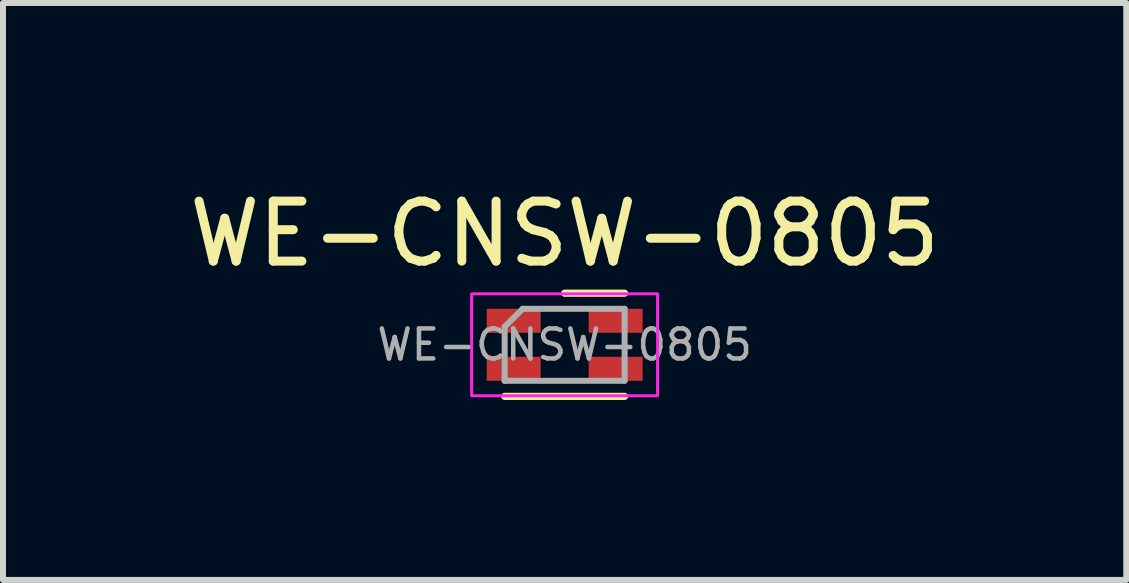
<source format=kicad_pcb>
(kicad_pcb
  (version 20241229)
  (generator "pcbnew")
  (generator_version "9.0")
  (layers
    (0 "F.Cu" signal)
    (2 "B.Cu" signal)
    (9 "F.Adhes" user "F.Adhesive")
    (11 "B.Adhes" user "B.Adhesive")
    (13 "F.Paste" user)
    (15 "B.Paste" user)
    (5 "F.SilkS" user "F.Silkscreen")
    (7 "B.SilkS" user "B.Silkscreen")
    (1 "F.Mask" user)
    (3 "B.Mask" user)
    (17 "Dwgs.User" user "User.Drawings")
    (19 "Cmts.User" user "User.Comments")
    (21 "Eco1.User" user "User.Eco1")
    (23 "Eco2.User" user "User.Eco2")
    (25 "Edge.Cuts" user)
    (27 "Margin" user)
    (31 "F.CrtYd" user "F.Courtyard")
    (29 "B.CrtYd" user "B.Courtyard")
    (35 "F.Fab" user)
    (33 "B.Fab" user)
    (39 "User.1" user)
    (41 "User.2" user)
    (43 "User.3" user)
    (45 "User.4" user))
  (footprint "WE-CNSW-0805"
    (layer "F.Cu")
    (at 6.363 2.698)
    (property "Reference" "WE-CNSW-0805" (at 0 -1.85 0) (unlocked yes) (layer "F.SilkS") (effects (font (size 1 1) (thickness 0.15))))
    (attr smd)
    (fp_line (start -1 0.86) (end 1 0.86) (stroke (width 0.12) (type solid)) (layer "F.SilkS"))
    (fp_line (start 0 -0.86) (end 1 -0.86) (stroke (width 0.12) (type solid)) (layer "F.SilkS"))
    (fp_rect (start -1.55 -0.85) (end 1.55 0.85) (stroke (width 0.05) (type solid)) (fill no) (layer "F.CrtYd"))
    (fp_line (start -1 -0.3) (end -1 0.6) (stroke (width 0.1) (type solid)) (layer "F.Fab"))
    (fp_line (start -1 0.6) (end 1 0.6) (stroke (width 0.1) (type solid)) (layer "F.Fab"))
    (fp_line (start -0.7 -0.6) (end -1 -0.3) (stroke (width 0.1) (type solid)) (layer "F.Fab"))
    (fp_line (start 1 -0.6) (end -0.7 -0.6) (stroke (width 0.1) (type solid)) (layer "F.Fab"))
    (fp_line (start 1 0.6) (end 1 -0.6) (stroke (width 0.1) (type solid)) (layer "F.Fab"))
    (fp_text user "${REFERENCE}" (at 0 0 0) (unlocked yes) (layer "F.Fab") (effects (font (size 0.5 0.5) (thickness 0.075))))
    (pad "1" smd rect (at -0.85 -0.4) (size 0.9 0.4) (layers "F.Cu" "F.Mask" "F.Paste"))
    (pad "2" smd rect (at 0.85 -0.4) (size 0.9 0.4) (layers "F.Cu" "F.Mask" "F.Paste"))
    (pad "3" smd rect (at 0.85 0.4) (size 0.9 0.4) (layers "F.Cu" "F.Mask" "F.Paste"))
    (pad "4" smd rect (at -0.85 0.4) (size 0.9 0.4) (layers "F.Cu" "F.Mask" "F.Paste")))
  (gr_rect
    (start -3 -3)
    (end 15.726 6.618)
    (stroke (width 0.1) (type default))
    (fill no)
    (layer "Edge.Cuts")))
</source>
